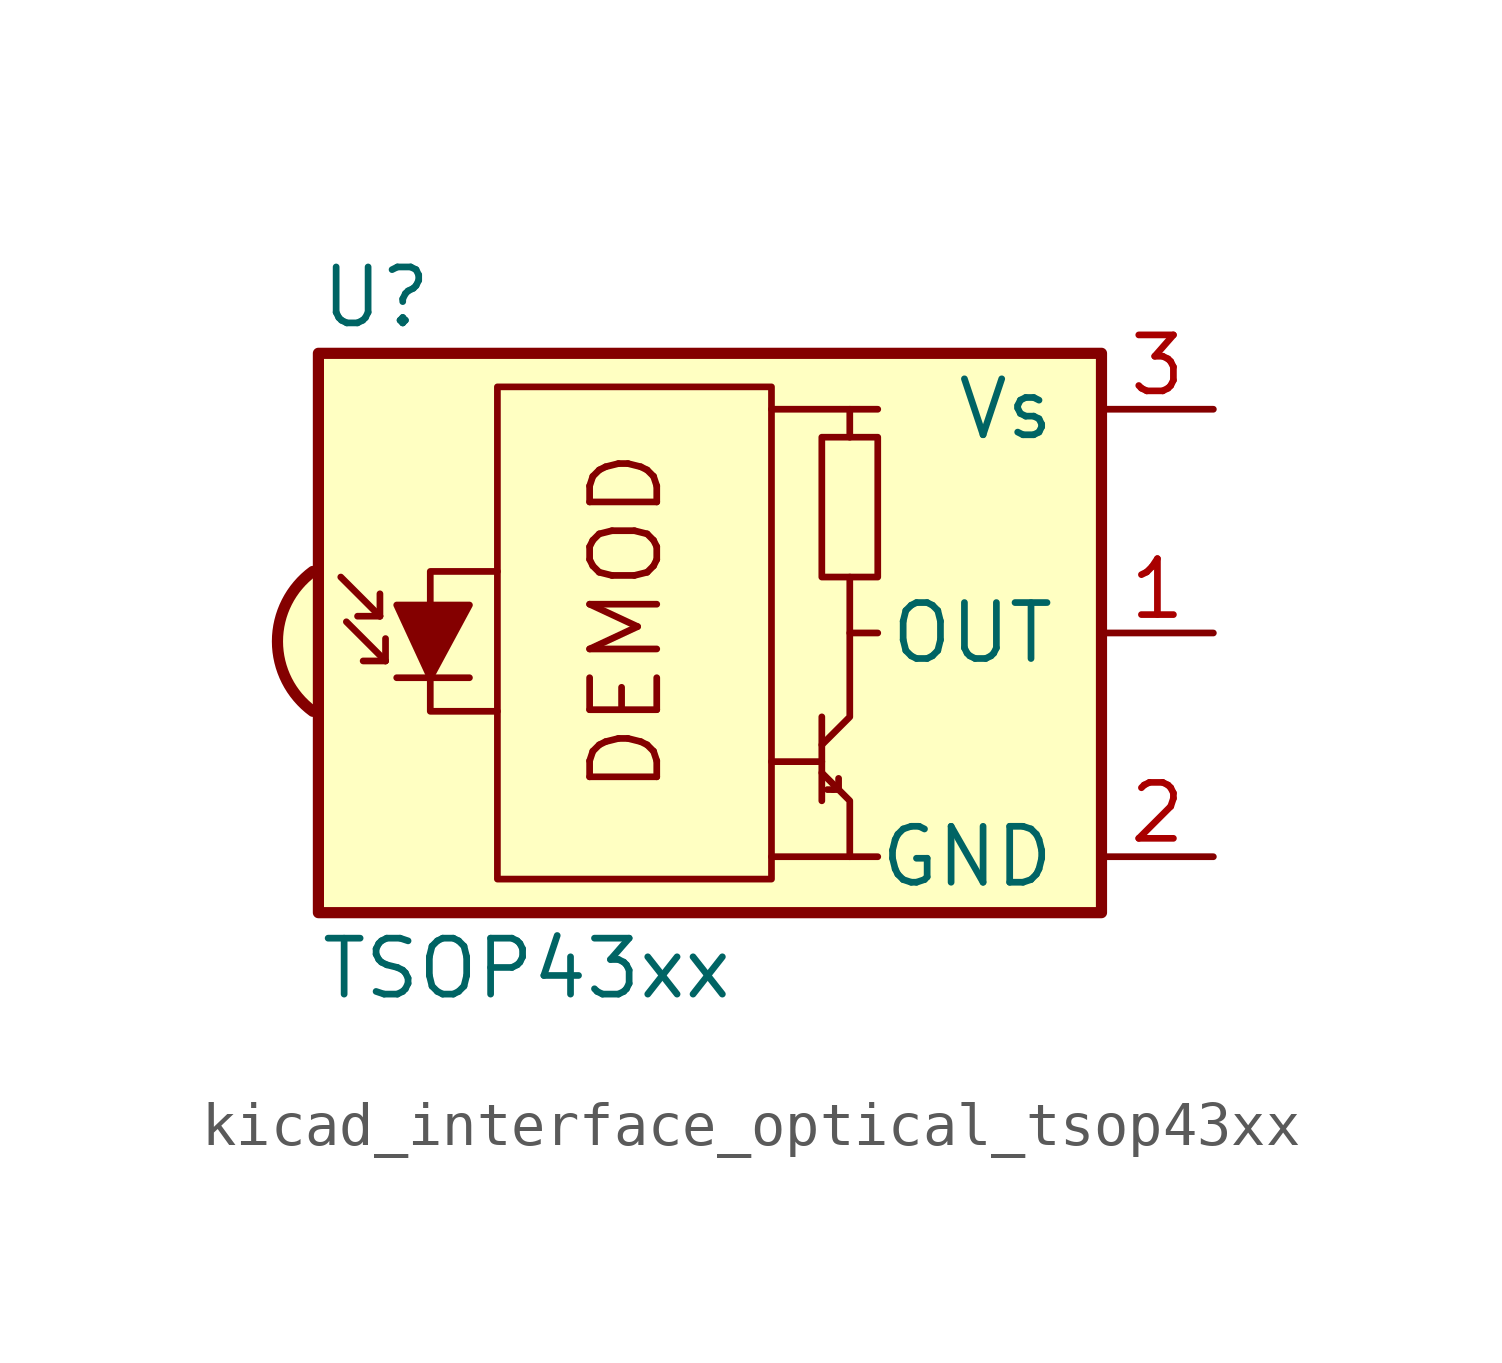
<source format=kicad_sym>
(kicad_symbol_lib
  (version 20220914)
  (generator kicad_symbol_editor)
  (symbol "kicad_interface_optical_tsop43xx"
    (pin_names
      (offset 1.016))
    (property "Reference" "U"
      (at -10.16 7.62 0)
      (effects (font (size 1.27 1.27)) (justify left)))
    (property "Value" "TSOP43xx"
      (at -10.16 -7.62 0)
      (effects (font (size 1.27 1.27)) (justify left)))
    (symbol "kicad_interface_optical_tsop43xx_0_0"
      (arc (start -10.287 1.397) (mid -11.0899 -0.1852) (end -10.287 -1.778) (stroke (width 0.254) (type default)) (fill (type background)))
      (polyline (pts (xy 1.905 -5.08) (xy 0.127 -5.08)) (stroke (width 0) (type default)) (fill (type none)))
      (polyline (pts (xy 1.905 5.08) (xy 0.127 5.08)) (stroke (width 0) (type default)) (fill (type none)))
      (text "DEMOD" (at -3.175 0.254 900) (effects (font (size 1.524 1.524)))))
    (symbol "kicad_interface_optical_tsop43xx_0_1"
      (rectangle (start -6.096 5.588) (end 0.127 -5.588) (stroke (width 0) (type default)) (fill (type none)))
      (polyline (pts (xy -8.763 0.381) (xy -9.652 1.27)) (stroke (width 0) (type default)) (fill (type none)))
      (polyline (pts (xy -8.763 0.381) (xy -9.271 0.381)) (stroke (width 0) (type default)) (fill (type none)))
      (polyline (pts (xy -8.763 0.381) (xy -8.763 0.889)) (stroke (width 0) (type default)) (fill (type none)))
      (polyline (pts (xy -8.636 -0.635) (xy -9.525 0.254)) (stroke (width 0) (type default)) (fill (type none)))
      (polyline (pts (xy -8.636 -0.635) (xy -9.144 -0.635)) (stroke (width 0) (type default)) (fill (type none)))
      (polyline (pts (xy -8.636 -0.635) (xy -8.636 -0.127)) (stroke (width 0) (type default)) (fill (type none)))
      (polyline (pts (xy -8.382 -1.016) (xy -6.731 -1.016)) (stroke (width 0) (type default)) (fill (type none)))
      (polyline (pts (xy 1.27 -2.921) (xy 0.127 -2.921)) (stroke (width 0) (type default)) (fill (type none)))
      (polyline (pts (xy 1.27 -1.905) (xy 1.27 -3.81)) (stroke (width 0) (type default)) (fill (type none)))
      (polyline (pts (xy 1.397 -3.556) (xy 1.524 -3.556)) (stroke (width 0) (type default)) (fill (type none)))
      (polyline (pts (xy 1.651 -3.556) (xy 1.524 -3.556)) (stroke (width 0) (type default)) (fill (type none)))
      (polyline (pts (xy 1.651 -3.556) (xy 1.651 -3.302)) (stroke (width 0) (type default)) (fill (type none)))
      (polyline (pts (xy 1.905 0) (xy 1.905 1.27)) (stroke (width 0) (type default)) (fill (type none)))
      (polyline (pts (xy 1.905 4.445) (xy 1.905 5.08) (xy 2.54 5.08)) (stroke (width 0) (type default)) (fill (type none)))
      (polyline (pts (xy -8.382 0.635) (xy -6.731 0.635) (xy -7.62 -1.016) (xy -8.382 0.635)) (stroke (width 0) (type default)) (fill (type outline)))
      (polyline (pts (xy -6.096 1.397) (xy -7.62 1.397) (xy -7.62 -1.778) (xy -6.096 -1.778)) (stroke (width 0) (type default)) (fill (type none)))
      (polyline (pts (xy 1.27 -3.175) (xy 1.905 -3.81) (xy 1.905 -5.08) (xy 2.54 -5.08)) (stroke (width 0) (type default)) (fill (type none)))
      (polyline (pts (xy 1.27 -2.54) (xy 1.905 -1.905) (xy 1.905 0) (xy 2.54 0)) (stroke (width 0) (type default)) (fill (type none)))
      (rectangle (start 2.54 1.27) (end 1.27 4.445) (stroke (width 0) (type default)) (fill (type none)))
      (rectangle (start 7.62 6.35) (end -10.16 -6.35) (stroke (width 0.254) (type default)) (fill (type background))))
    (symbol "kicad_interface_optical_tsop43xx_1_1"
      (pin output line (at 10.16 0 180) (length 2.54) (name "OUT" (effects (font (size 1.27 1.27)))) (number "1" (effects (font (size 1.27 1.27)))))
      (pin power_in line (at 10.16 -5.08 180) (length 2.54) (name "GND" (effects (font (size 1.27 1.27)))) (number "2" (effects (font (size 1.27 1.27)))))
      (pin power_in line (at 10.16 5.08 180) (length 2.54) (name "Vs" (effects (font (size 1.27 1.27)))) (number "3" (effects (font (size 1.27 1.27))))))))
</source>
